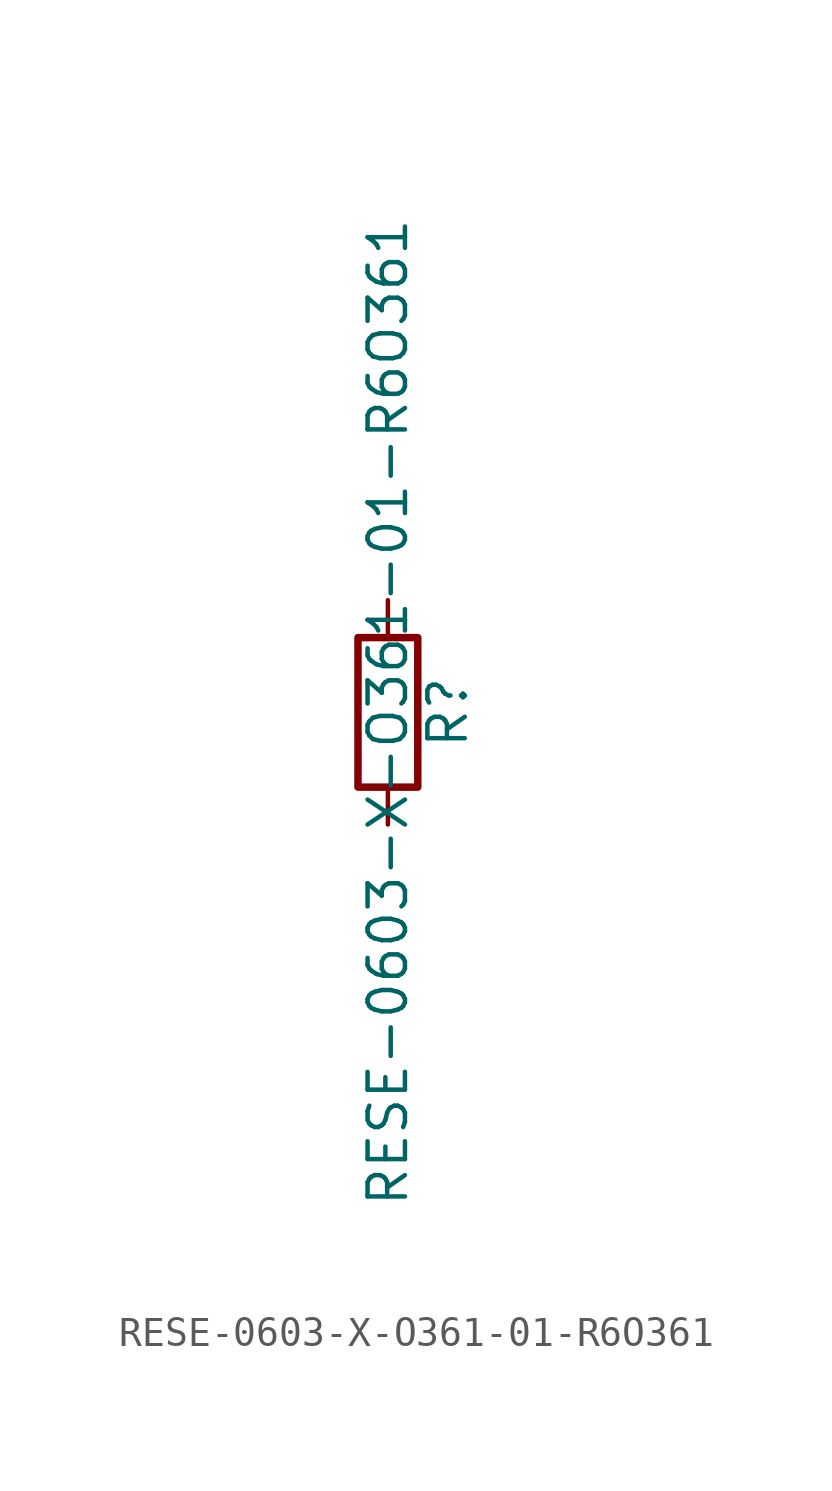
<source format=kicad_sym>
(kicad_symbol_lib
  (version 20211014)
  (generator kicad_symbol_editor)
  (symbol "RESE-0603-X-O361-01-R6O361"
    (pin_numbers hide)
    (pin_names
      (offset 0))
    (property "Reference" "R"
      (at 2.032 0 90)
      (effects (font (size 1.27 1.27))))
    (property "Value" "RESE-0603-X-O361-01-R6O361"
      (at 0 0 90)
      (effects (font (size 1.27 1.27))))
    (symbol "RESE-0603-X-O361-01-R6O361_0_1"
      (rectangle (start -1.016 -2.54) (end 1.016 2.54) (stroke (width 0.254) (type default) (color 0 0 0 0)) (fill (type none))))
    (symbol "RESE-0603-X-O361-01-R6O361_1_1"
      (pin passive line (at 0 3.81 270) (length 1.27) (name "~" (effects (font (size 1.27 1.27)))) (number "1" (effects (font (size 1.27 1.27)))))
      (pin passive line (at 0 -3.81 90) (length 1.27) (name "~" (effects (font (size 1.27 1.27)))) (number "2" (effects (font (size 1.27 1.27))))))))
</source>
